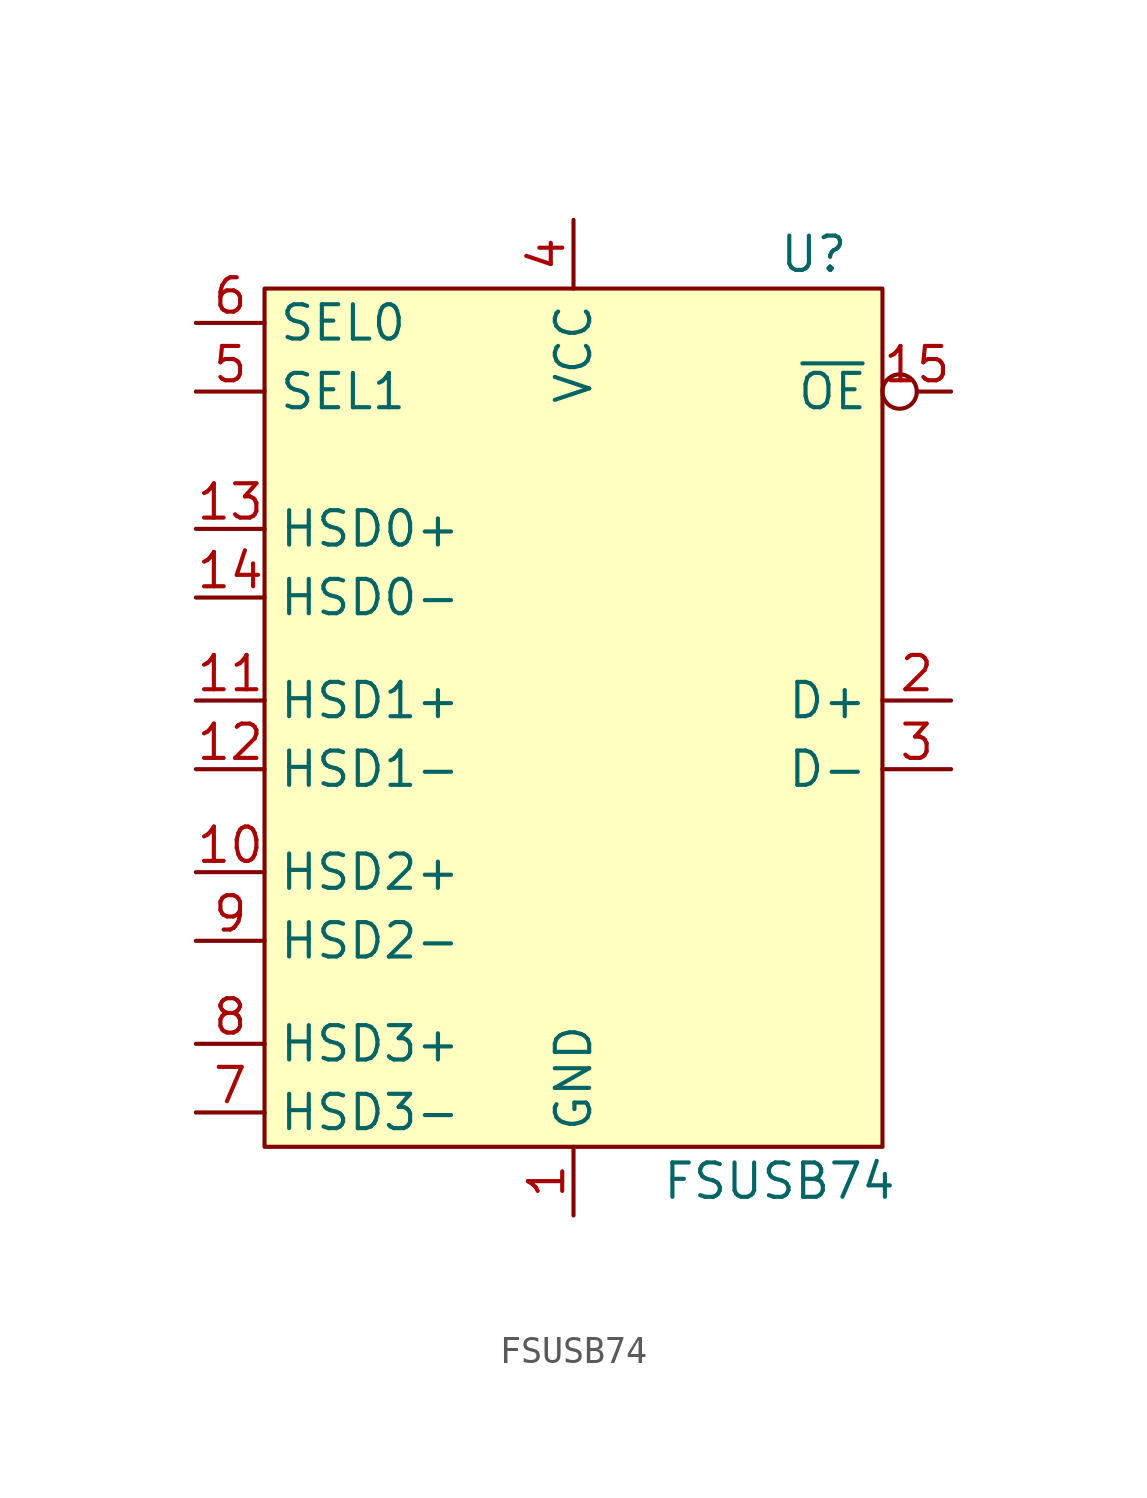
<source format=kicad_sym>
(kicad_symbol_lib
  (version 20220914)
  (generator kicad_symbol_editor)
  (symbol "FSUSB74"
    (property "Reference" "U"
      (at 8.89 17.78 0)
      (effects (font (size 1.27 1.27))))
    (property "Value" "FSUSB74"
      (at 7.62 -16.51 0)
      (effects (font (size 1.27 1.27))))
    (symbol "FSUSB74_0_1"
      (rectangle (start -11.43 16.51) (end 11.43 -15.24) (stroke (width 0) (type default)) (fill (type background))))
    (symbol "FSUSB74_1_1"
      (pin power_in line (at 0 -17.78 90) (length 2.54) (name "GND" (effects (font (size 1.27 1.27)))) (number "1" (effects (font (size 1.27 1.27)))))
      (pin bidirectional line (at -13.97 -5.08 0) (length 2.54) (name "HSD2+" (effects (font (size 1.27 1.27)))) (number "10" (effects (font (size 1.27 1.27)))))
      (pin bidirectional line (at -13.97 1.27 0) (length 2.54) (name "HSD1+" (effects (font (size 1.27 1.27)))) (number "11" (effects (font (size 1.27 1.27)))))
      (pin bidirectional line (at -13.97 -1.27 0) (length 2.54) (name "HSD1-" (effects (font (size 1.27 1.27)))) (number "12" (effects (font (size 1.27 1.27)))))
      (pin bidirectional line (at -13.97 7.62 0) (length 2.54) (name "HSD0+" (effects (font (size 1.27 1.27)))) (number "13" (effects (font (size 1.27 1.27)))))
      (pin bidirectional line (at -13.97 5.08 0) (length 2.54) (name "HSD0-" (effects (font (size 1.27 1.27)))) (number "14" (effects (font (size 1.27 1.27)))))
      (pin input inverted (at 13.97 12.7 180) (length 2.54) (name "~{OE}" (effects (font (size 1.27 1.27)))) (number "15" (effects (font (size 1.27 1.27)))))
      (pin no_connect non_logic (at 11.43 -11.43 180) (length 2.54) hide (name "NC" (effects (font (size 1.27 1.27)))) (number "16" (effects (font (size 1.27 1.27)))))
      (pin bidirectional line (at 13.97 1.27 180) (length 2.54) (name "D+" (effects (font (size 1.27 1.27)))) (number "2" (effects (font (size 1.27 1.27)))))
      (pin bidirectional line (at 13.97 -1.27 180) (length 2.54) (name "D-" (effects (font (size 1.27 1.27)))) (number "3" (effects (font (size 1.27 1.27)))))
      (pin power_in line (at 0 19.05 270) (length 2.54) (name "VCC" (effects (font (size 1.27 1.27)))) (number "4" (effects (font (size 1.27 1.27)))))
      (pin input line (at -13.97 12.7 0) (length 2.54) (name "SEL1" (effects (font (size 1.27 1.27)))) (number "5" (effects (font (size 1.27 1.27)))))
      (pin input line (at -13.97 15.24 0) (length 2.54) (name "SEL0" (effects (font (size 1.27 1.27)))) (number "6" (effects (font (size 1.27 1.27)))))
      (pin bidirectional line (at -13.97 -13.97 0) (length 2.54) (name "HSD3-" (effects (font (size 1.27 1.27)))) (number "7" (effects (font (size 1.27 1.27)))))
      (pin bidirectional line (at -13.97 -11.43 0) (length 2.54) (name "HSD3+" (effects (font (size 1.27 1.27)))) (number "8" (effects (font (size 1.27 1.27)))))
      (pin bidirectional line (at -13.97 -7.62 0) (length 2.54) (name "HSD2-" (effects (font (size 1.27 1.27)))) (number "9" (effects (font (size 1.27 1.27))))))))
</source>
